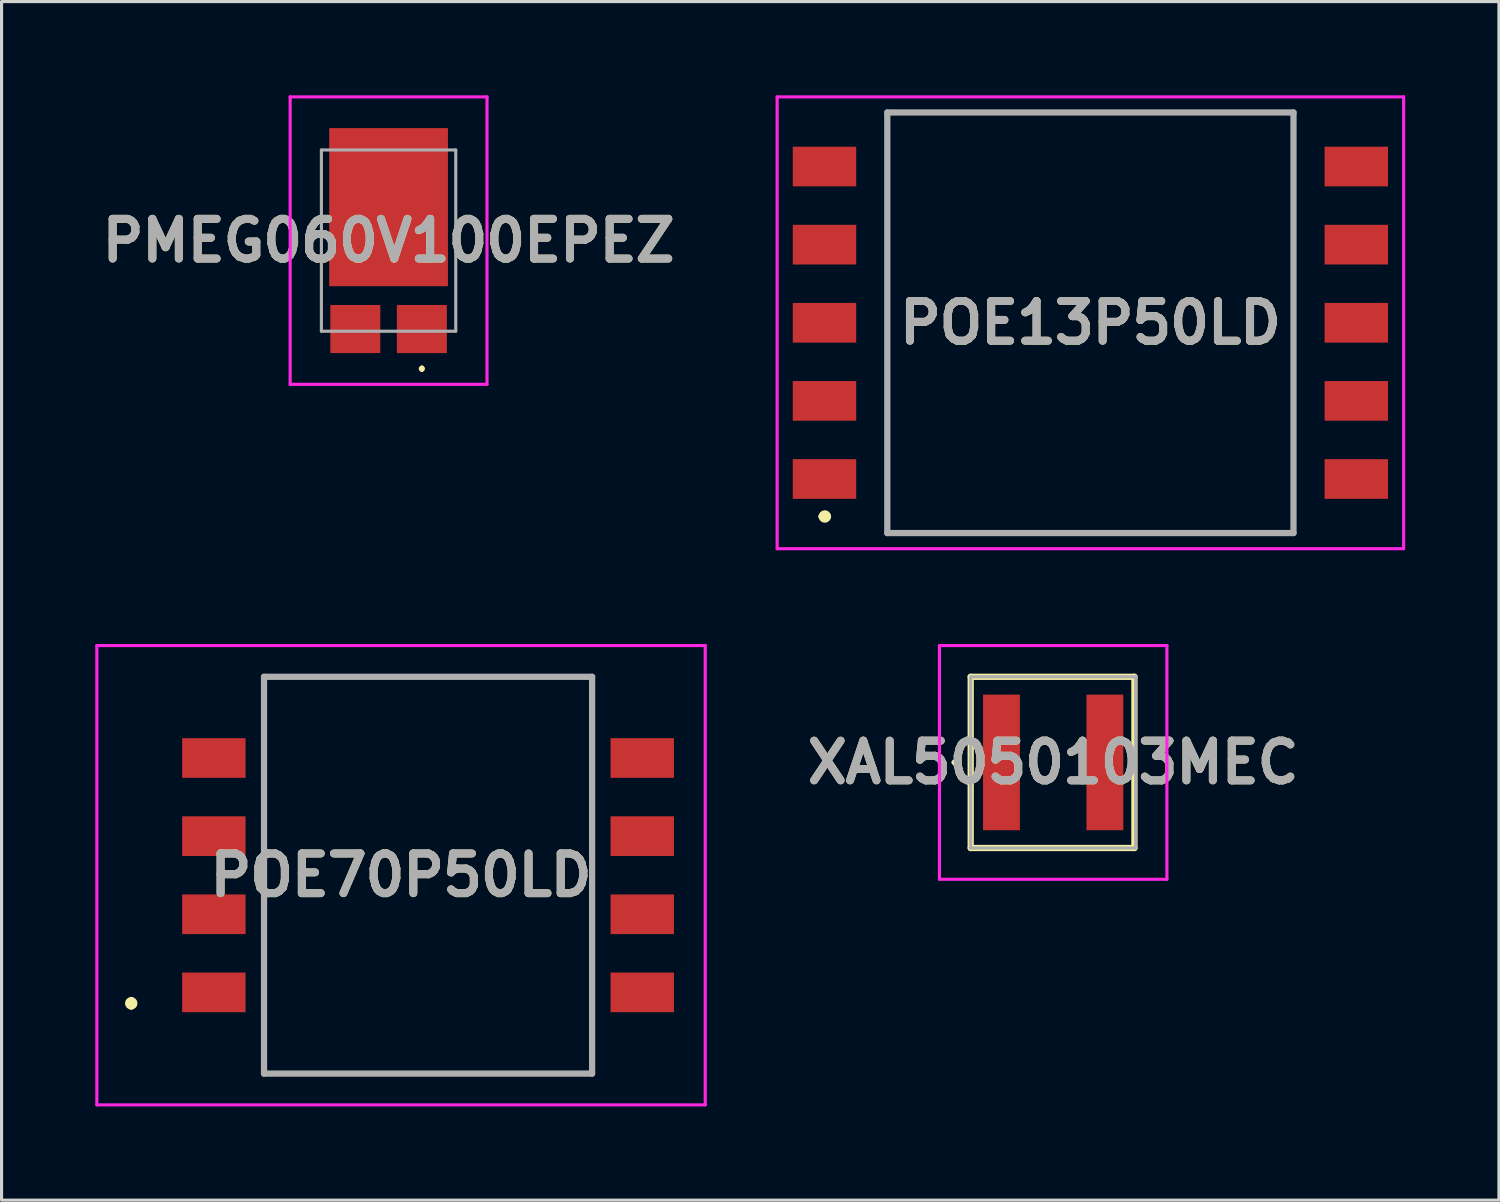
<source format=kicad_pcb>
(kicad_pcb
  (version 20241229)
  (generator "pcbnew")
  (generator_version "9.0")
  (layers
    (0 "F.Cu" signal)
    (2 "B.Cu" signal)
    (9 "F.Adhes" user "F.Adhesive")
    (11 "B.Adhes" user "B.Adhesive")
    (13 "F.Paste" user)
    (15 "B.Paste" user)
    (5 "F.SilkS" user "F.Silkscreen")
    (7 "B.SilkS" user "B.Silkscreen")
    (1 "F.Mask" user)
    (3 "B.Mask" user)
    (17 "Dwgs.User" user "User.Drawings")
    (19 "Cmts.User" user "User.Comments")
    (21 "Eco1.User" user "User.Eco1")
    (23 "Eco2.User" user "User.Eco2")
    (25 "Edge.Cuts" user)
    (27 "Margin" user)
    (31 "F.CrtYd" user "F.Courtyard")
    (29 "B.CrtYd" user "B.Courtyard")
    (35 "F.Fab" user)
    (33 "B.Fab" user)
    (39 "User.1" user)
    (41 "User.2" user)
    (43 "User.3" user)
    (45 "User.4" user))
  (footprint "PMEG060V100EPEZ"
    (layer "F.Cu")
    (at 9.386 4.65)
    (property "Reference" "PMEG060V100EPEZ" (at 0 0 0) (layer "F.SilkS") (effects (font (size 1.27 1.27) (thickness 0.254))))
    (attr smd)
    (fp_line (start 1.065 4.05) (end 1.065 4.05) (stroke (width 0.1) (type solid)) (layer "F.SilkS"))
    (fp_line (start 1.065 4.15) (end 1.065 4.15) (stroke (width 0.1) (type solid)) (layer "F.SilkS"))
    (fp_arc (start 1.065 4.05) (mid 1.115 4.1) (end 1.065 4.15) (stroke (width 0.1) (type solid)) (layer "F.SilkS"))
    (fp_arc (start 1.065 4.15) (mid 1.015 4.1) (end 1.065 4.05) (stroke (width 0.1) (type solid)) (layer "F.SilkS"))
    (fp_line (start -3.15 -4.6) (end -3.15 4.6) (stroke (width 0.1) (type solid)) (layer "F.CrtYd"))
    (fp_line (start -3.15 4.6) (end 3.15 4.6) (stroke (width 0.1) (type solid)) (layer "F.CrtYd"))
    (fp_line (start 3.15 -4.6) (end -3.15 -4.6) (stroke (width 0.1) (type solid)) (layer "F.CrtYd"))
    (fp_line (start 3.15 4.6) (end 3.15 -4.6) (stroke (width 0.1) (type solid)) (layer "F.CrtYd"))
    (fp_line (start -2.15 -2.9) (end -2.15 2.9) (stroke (width 0.1) (type solid)) (layer "F.Fab"))
    (fp_line (start -2.15 2.9) (end 2.15 2.9) (stroke (width 0.1) (type solid)) (layer "F.Fab"))
    (fp_line (start 2.15 -2.9) (end -2.15 -2.9) (stroke (width 0.1) (type solid)) (layer "F.Fab"))
    (fp_line (start 2.15 2.9) (end 2.15 -2.9) (stroke (width 0.1) (type solid)) (layer "F.Fab"))
    (fp_text user "${REFERENCE}" (at 0 0 0) (layer "F.Fab") (effects (font (size 1.27 1.27) (thickness 0.254))))
    (pad "1" smd rect (at 1.065 2.83 90) (size 1.54 1.6) (layers "F.Cu" "F.Mask" "F.Paste"))
    (pad "2" smd rect (at -1.065 2.83 90) (size 1.54 1.6) (layers "F.Cu" "F.Mask" "F.Paste"))
    (pad "3" smd rect (at 0 -1.07) (size 3.8 5.06) (layers "F.Cu" "F.Mask" "F.Paste")))
  (footprint "POE70P50LD"
    (layer "F.Cu")
    (at 10.65 24.96)
    (property "Reference" "POE70P50LD" (at -0.865 0 0) (layer "F.SilkS") (effects (font (size 1.27 1.27) (thickness 0.254))))
    (attr smd)
    (fp_line (start -9.5 4) (end -9.5 4) (stroke (width 0.2) (type solid)) (layer "F.SilkS"))
    (fp_line (start -9.5 4.2) (end -9.5 4.2) (stroke (width 0.2) (type solid)) (layer "F.SilkS"))
    (fp_line (start -5.25 -6.35) (end 5.25 -6.35) (stroke (width 0.1) (type solid)) (layer "F.SilkS"))
    (fp_line (start -5.25 6.35) (end -5.25 -6.35) (stroke (width 0.1) (type solid)) (layer "F.SilkS"))
    (fp_line (start 5.25 -6.35) (end 5.25 6.35) (stroke (width 0.1) (type solid)) (layer "F.SilkS"))
    (fp_line (start 5.25 6.35) (end -5.25 6.35) (stroke (width 0.1) (type solid)) (layer "F.SilkS"))
    (fp_arc (start -9.5 4) (mid -9.4 4.1) (end -9.5 4.2) (stroke (width 0.2) (type solid)) (layer "F.SilkS"))
    (fp_arc (start -9.5 4.2) (mid -9.6 4.1) (end -9.5 4) (stroke (width 0.2) (type solid)) (layer "F.SilkS"))
    (fp_line (start -10.6 -7.35) (end 8.87 -7.35) (stroke (width 0.1) (type solid)) (layer "F.CrtYd"))
    (fp_line (start -10.6 7.35) (end -10.6 -7.35) (stroke (width 0.1) (type solid)) (layer "F.CrtYd"))
    (fp_line (start 8.87 -7.35) (end 8.87 7.35) (stroke (width 0.1) (type solid)) (layer "F.CrtYd"))
    (fp_line (start 8.87 7.35) (end -10.6 7.35) (stroke (width 0.1) (type solid)) (layer "F.CrtYd"))
    (fp_line (start -5.25 -6.35) (end 5.25 -6.35) (stroke (width 0.2) (type solid)) (layer "F.Fab"))
    (fp_line (start -5.25 6.35) (end -5.25 -6.35) (stroke (width 0.2) (type solid)) (layer "F.Fab"))
    (fp_line (start 5.25 -6.35) (end 5.25 6.35) (stroke (width 0.2) (type solid)) (layer "F.Fab"))
    (fp_line (start 5.25 6.35) (end -5.25 6.35) (stroke (width 0.2) (type solid)) (layer "F.Fab"))
    (fp_text user "${REFERENCE}" (at -0.865 0 0) (layer "F.Fab") (effects (font (size 1.27 1.27) (thickness 0.254))))
    (pad "1" smd rect (at -6.855 3.75 90) (size 1.27 2.03) (layers "F.Cu" "F.Mask" "F.Paste"))
    (pad "2" smd rect (at -6.855 1.25 90) (size 1.27 2.03) (layers "F.Cu" "F.Mask" "F.Paste"))
    (pad "3" smd rect (at -6.855 -1.25 90) (size 1.27 2.03) (layers "F.Cu" "F.Mask" "F.Paste"))
    (pad "4" smd rect (at -6.855 -3.75 90) (size 1.27 2.03) (layers "F.Cu" "F.Mask" "F.Paste"))
    (pad "5" smd rect (at 6.855 -3.75 90) (size 1.27 2.03) (layers "F.Cu" "F.Mask" "F.Paste"))
    (pad "6" smd rect (at 6.855 -1.25 90) (size 1.27 2.03) (layers "F.Cu" "F.Mask" "F.Paste"))
    (pad "7" smd rect (at 6.855 1.25 90) (size 1.27 2.03) (layers "F.Cu" "F.Mask" "F.Paste"))
    (pad "8" smd rect (at 6.855 3.75 90) (size 1.27 2.03) (layers "F.Cu" "F.Mask" "F.Paste")))
  (footprint "POE13P50LD"
    (layer "F.Cu")
    (at 31.847 7.28)
    (property "Reference" "POE13P50LD" (at 0 0 0) (layer "F.SilkS") (effects (font (size 1.27 1.27) (thickness 0.254))))
    (attr smd)
    (fp_line (start -8.6 6.2) (end -8.6 6.2) (stroke (width 0.2) (type solid)) (layer "F.SilkS"))
    (fp_line (start -8.4 6.2) (end -8.4 6.2) (stroke (width 0.2) (type solid)) (layer "F.SilkS"))
    (fp_line (start -6.5 -6.73) (end 6.5 -6.73) (stroke (width 0.1) (type solid)) (layer "F.SilkS"))
    (fp_line (start -6.5 6.73) (end -6.5 -6.73) (stroke (width 0.1) (type solid)) (layer "F.SilkS"))
    (fp_line (start 6.5 -6.73) (end 6.5 6.73) (stroke (width 0.1) (type solid)) (layer "F.SilkS"))
    (fp_line (start 6.5 6.73) (end -6.5 6.73) (stroke (width 0.1) (type solid)) (layer "F.SilkS"))
    (fp_arc (start -8.6 6.2) (mid -8.5 6.1) (end -8.4 6.2) (stroke (width 0.2) (type solid)) (layer "F.SilkS"))
    (fp_arc (start -8.4 6.2) (mid -8.5 6.3) (end -8.6 6.2) (stroke (width 0.2) (type solid)) (layer "F.SilkS"))
    (fp_line (start -10.025 -7.23) (end 10.025 -7.23) (stroke (width 0.1) (type solid)) (layer "F.CrtYd"))
    (fp_line (start -10.025 7.23) (end -10.025 -7.23) (stroke (width 0.1) (type solid)) (layer "F.CrtYd"))
    (fp_line (start 10.025 -7.23) (end 10.025 7.23) (stroke (width 0.1) (type solid)) (layer "F.CrtYd"))
    (fp_line (start 10.025 7.23) (end -10.025 7.23) (stroke (width 0.1) (type solid)) (layer "F.CrtYd"))
    (fp_line (start -6.5 -6.73) (end 6.5 -6.73) (stroke (width 0.2) (type solid)) (layer "F.Fab"))
    (fp_line (start -6.5 6.73) (end -6.5 -6.73) (stroke (width 0.2) (type solid)) (layer "F.Fab"))
    (fp_line (start 6.5 -6.73) (end 6.5 6.73) (stroke (width 0.2) (type solid)) (layer "F.Fab"))
    (fp_line (start 6.5 6.73) (end -6.5 6.73) (stroke (width 0.2) (type solid)) (layer "F.Fab"))
    (fp_text user "${REFERENCE}" (at 0 0 0) (layer "F.Fab") (effects (font (size 1.27 1.27) (thickness 0.254))))
    (pad "1" smd rect (at -8.51 5 90) (size 1.27 2.03) (layers "F.Cu" "F.Mask" "F.Paste"))
    (pad "2" smd rect (at -8.51 2.5 90) (size 1.27 2.03) (layers "F.Cu" "F.Mask" "F.Paste"))
    (pad "3" smd rect (at -8.51 0 90) (size 1.27 2.03) (layers "F.Cu" "F.Mask" "F.Paste"))
    (pad "4" smd rect (at -8.51 -2.5 90) (size 1.27 2.03) (layers "F.Cu" "F.Mask" "F.Paste"))
    (pad "5" smd rect (at -8.51 -5 90) (size 1.27 2.03) (layers "F.Cu" "F.Mask" "F.Paste"))
    (pad "6" smd rect (at 8.51 -5 90) (size 1.27 2.03) (layers "F.Cu" "F.Mask" "F.Paste"))
    (pad "7" smd rect (at 8.51 -2.5 90) (size 1.27 2.03) (layers "F.Cu" "F.Mask" "F.Paste"))
    (pad "8" smd rect (at 8.51 0 90) (size 1.27 2.03) (layers "F.Cu" "F.Mask" "F.Paste"))
    (pad "9" smd rect (at 8.51 2.5 90) (size 1.27 2.03) (layers "F.Cu" "F.Mask" "F.Paste"))
    (pad "10" smd rect (at 8.51 5 90) (size 1.27 2.03) (layers "F.Cu" "F.Mask" "F.Paste")))
  (footprint "XAL5050103MEC"
    (layer "F.Cu")
    (at 30.656 21.35)
    (property "Reference" "XAL5050103MEC" (at 0 0 0) (layer "F.SilkS") (effects (font (size 1.27 1.27) (thickness 0.254))))
    (attr smd)
    (fp_line (start -3.2 0) (end -3.2 0) (stroke (width 0.1) (type solid)) (layer "F.SilkS"))
    (fp_line (start -3.1 0) (end -3.1 0) (stroke (width 0.1) (type solid)) (layer "F.SilkS"))
    (fp_line (start -2.64 -2.74) (end 2.6 -2.74) (stroke (width 0.2) (type solid)) (layer "F.SilkS"))
    (fp_line (start -2.64 2.74) (end -2.64 -2.74) (stroke (width 0.2) (type solid)) (layer "F.SilkS"))
    (fp_line (start 2.6 -2.74) (end 2.6 2.74) (stroke (width 0.2) (type solid)) (layer "F.SilkS"))
    (fp_line (start 2.6 2.74) (end -2.64 2.74) (stroke (width 0.2) (type solid)) (layer "F.SilkS"))
    (fp_arc (start -3.2 0) (mid -3.15 -0.05) (end -3.1 0) (stroke (width 0.1) (type solid)) (layer "F.SilkS"))
    (fp_arc (start -3.1 0) (mid -3.15 0.05) (end -3.2 0) (stroke (width 0.1) (type solid)) (layer "F.SilkS"))
    (fp_line (start -3.64 -3.74) (end 3.64 -3.74) (stroke (width 0.1) (type solid)) (layer "F.CrtYd"))
    (fp_line (start -3.64 3.74) (end -3.64 -3.74) (stroke (width 0.1) (type solid)) (layer "F.CrtYd"))
    (fp_line (start 3.64 -3.74) (end 3.64 3.74) (stroke (width 0.1) (type solid)) (layer "F.CrtYd"))
    (fp_line (start 3.64 3.74) (end -3.64 3.74) (stroke (width 0.1) (type solid)) (layer "F.CrtYd"))
    (fp_line (start -2.64 -2.74) (end 2.64 -2.74) (stroke (width 0.1) (type solid)) (layer "F.Fab"))
    (fp_line (start -2.64 2.74) (end -2.64 -2.74) (stroke (width 0.1) (type solid)) (layer "F.Fab"))
    (fp_line (start 2.64 -2.74) (end 2.64 2.74) (stroke (width 0.1) (type solid)) (layer "F.Fab"))
    (fp_line (start 2.64 2.74) (end -2.64 2.74) (stroke (width 0.1) (type solid)) (layer "F.Fab"))
    (fp_text user "${REFERENCE}" (at 0 0 0) (layer "F.Fab") (effects (font (size 1.27 1.27) (thickness 0.254))))
    (pad "1" smd rect (at -1.655 0) (size 1.18 4.34) (layers "F.Cu" "F.Mask" "F.Paste"))
    (pad "2" smd rect (at 1.655 0) (size 1.18 4.34) (layers "F.Cu" "F.Mask" "F.Paste")))
  (gr_rect
    (start -3 -3)
    (end 44.922 35.36)
    (stroke (width 0.1) (type default))
    (fill no)
    (layer "Edge.Cuts")))
</source>
